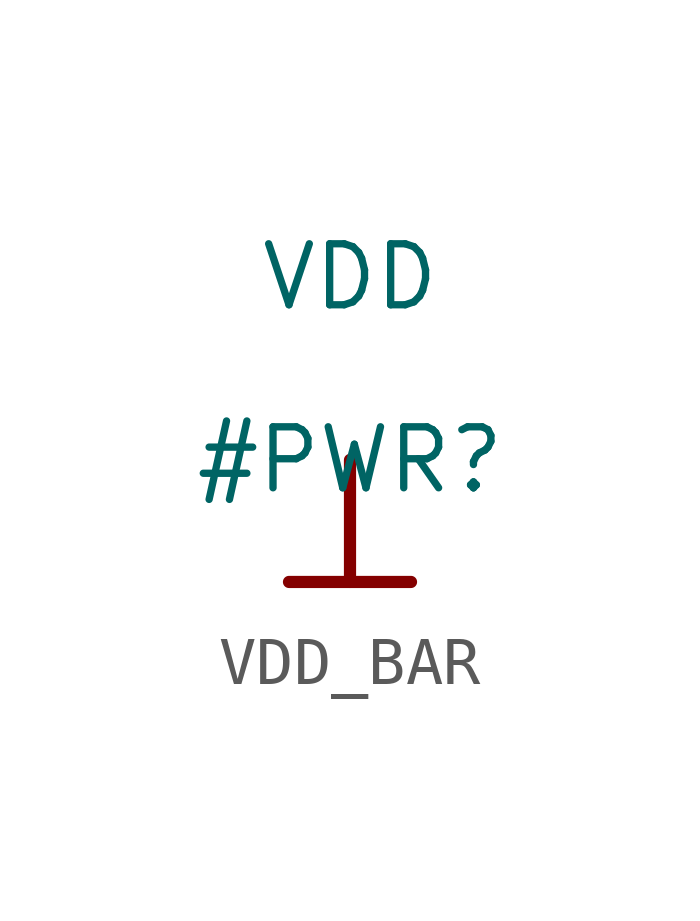
<source format=kicad_sym>
(kicad_symbol_lib
  (version 20231120)
  (generator "kicad_symbol_editor")
  (generator_version "8.0")
  (symbol "VDD_BAR"
    (power)
    (property "Reference" "#PWR"
      (at 0 0 0)
      (effects (font (size 1.27 1.27))))
    (property "Value" "VDD"
      (at 0 3.81 0)
      (effects (font (size 1.27 1.27))))
    (symbol "VDD_BAR_0_0"
      (polyline (pts (xy -1.27 -2.54) (xy 1.27 -2.54)) (stroke (width 0.254) (type solid)) (fill (type none)))
      (polyline (pts (xy 0 0) (xy 0 -2.54)) (stroke (width 0.254) (type solid)) (fill (type none)))
      (pin power_in line (at 0 0 0) (length 0) hide (name "VDD" (effects (font (size 1.27 1.27)))) (number "" (effects (font (size 1.27 1.27))))))))
</source>
